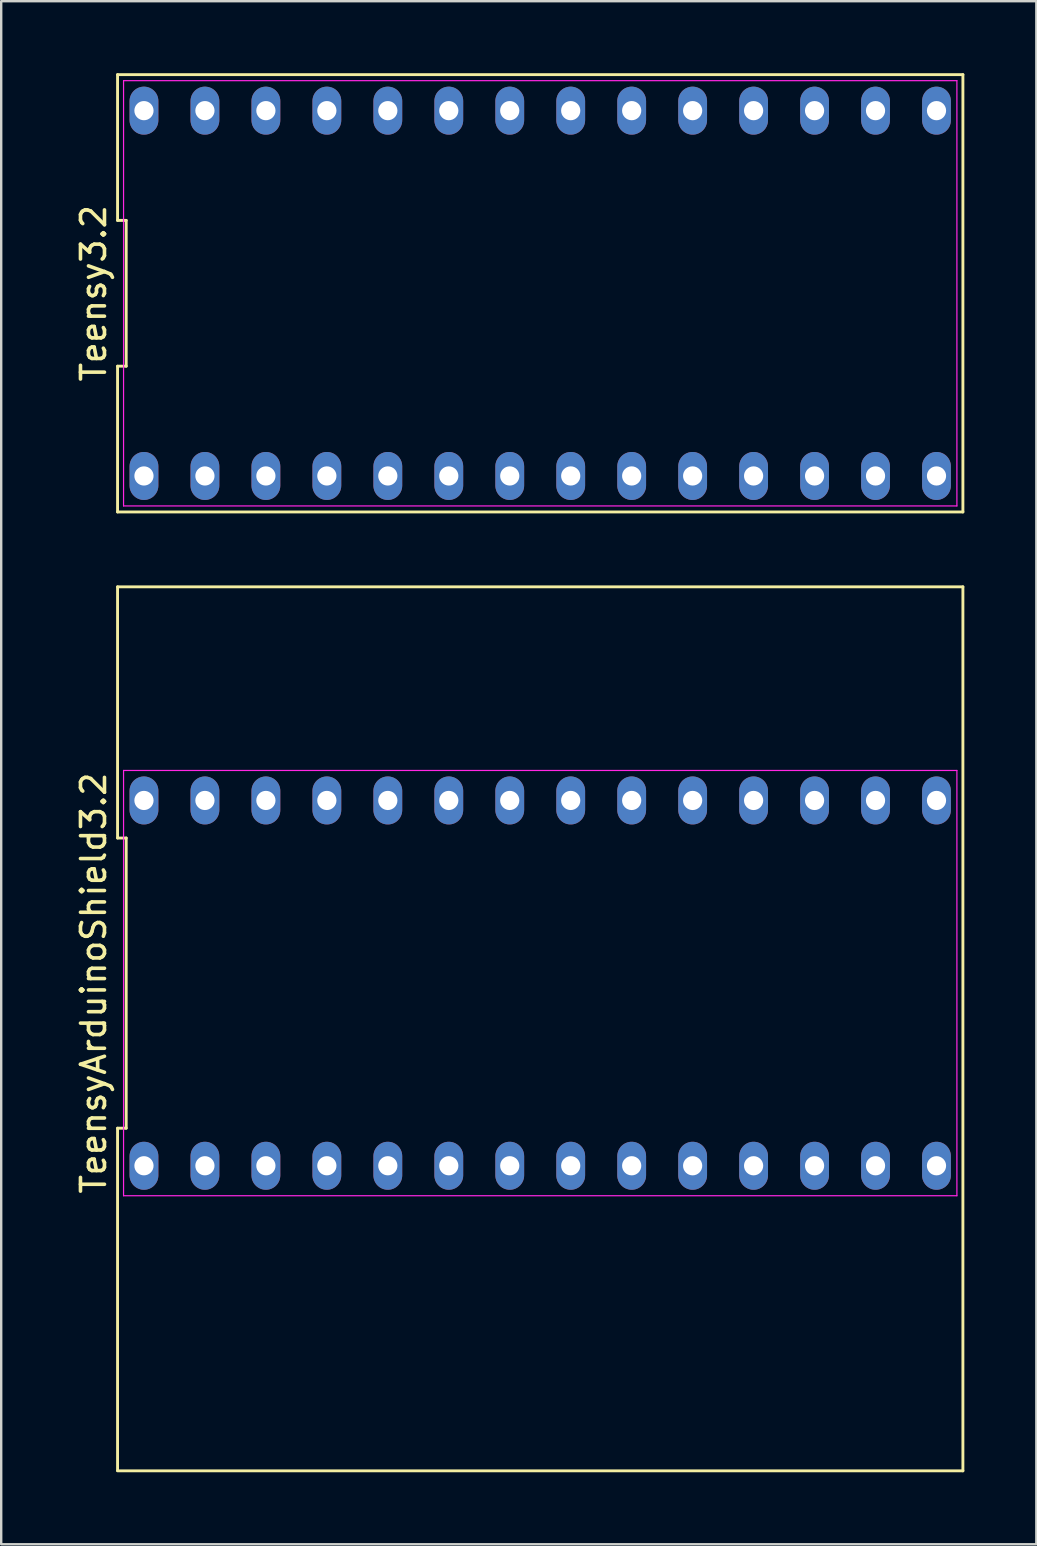
<source format=kicad_pcb>
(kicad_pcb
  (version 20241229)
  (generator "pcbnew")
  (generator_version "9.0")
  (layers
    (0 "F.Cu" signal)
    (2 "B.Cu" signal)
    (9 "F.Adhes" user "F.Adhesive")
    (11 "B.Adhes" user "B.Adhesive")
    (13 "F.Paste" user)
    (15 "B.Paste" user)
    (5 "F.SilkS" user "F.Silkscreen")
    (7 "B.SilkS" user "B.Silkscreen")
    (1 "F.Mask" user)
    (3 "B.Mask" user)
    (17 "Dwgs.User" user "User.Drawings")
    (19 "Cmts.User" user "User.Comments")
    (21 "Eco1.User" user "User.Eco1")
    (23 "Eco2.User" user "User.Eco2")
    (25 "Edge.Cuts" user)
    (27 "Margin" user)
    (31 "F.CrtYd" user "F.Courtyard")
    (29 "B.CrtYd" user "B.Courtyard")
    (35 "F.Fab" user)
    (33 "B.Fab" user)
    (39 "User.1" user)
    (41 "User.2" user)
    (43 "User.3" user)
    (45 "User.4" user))
  (footprint "TeensyArduinoShield3.2"
    (layer "F.Cu")
    (at 19.458 37.91)
    (property "Reference" "TeensyArduinoShield3.2" (at -18.61 0 90) (layer "F.SilkS") (effects (font (size 1 1) (thickness 0.15))))
    (attr through_hole)
    (fp_line (start -17.61 -16.51) (end -17.61 -6.045) (stroke (width 0.12) (type solid)) (layer "F.SilkS"))
    (fp_line (start -17.61 -6.045) (end -17.25 -6.045) (stroke (width 0.12) (type solid)) (layer "F.SilkS"))
    (fp_line (start -17.61 6.045) (end -17.61 20.31) (stroke (width 0.12) (type solid)) (layer "F.SilkS"))
    (fp_line (start -17.61 20.32) (end 17.61 20.32) (stroke (width 0.12) (type solid)) (layer "F.SilkS"))
    (fp_line (start -17.25 -6.045) (end -17.25 6.045) (stroke (width 0.12) (type solid)) (layer "F.SilkS"))
    (fp_line (start -17.25 6.045) (end -17.61 6.045) (stroke (width 0.12) (type solid)) (layer "F.SilkS"))
    (fp_line (start 17.61 -16.51) (end -17.61 -16.51) (stroke (width 0.12) (type solid)) (layer "F.SilkS"))
    (fp_line (start 17.61 20.32) (end 17.61 -16.51) (stroke (width 0.12) (type solid)) (layer "F.SilkS"))
    (fp_line (start -17.36 -8.86) (end 17.36 -8.86) (stroke (width 0.05) (type solid)) (layer "F.CrtYd"))
    (fp_line (start -17.36 8.86) (end -17.36 -8.86) (stroke (width 0.05) (type solid)) (layer "F.CrtYd"))
    (fp_line (start 17.36 -8.86) (end 17.36 8.86) (stroke (width 0.05) (type solid)) (layer "F.CrtYd"))
    (fp_line (start 17.36 8.86) (end -17.36 8.86) (stroke (width 0.05) (type solid)) (layer "F.CrtYd"))
    (pad "1" thru_hole oval (at -16.51 7.61) (size 1.2 2) (drill 0.8) (layers "*.Cu" "*.Mask"))
    (pad "2" thru_hole oval (at -13.97 7.61) (size 1.2 2) (drill 0.8) (layers "*.Cu" "*.Mask"))
    (pad "3" thru_hole oval (at -11.43 7.61) (size 1.2 2) (drill 0.8) (layers "*.Cu" "*.Mask"))
    (pad "4" thru_hole oval (at -8.89 7.61) (size 1.2 2) (drill 0.8) (layers "*.Cu" "*.Mask"))
    (pad "5" thru_hole oval (at -6.35 7.61) (size 1.2 2) (drill 0.8) (layers "*.Cu" "*.Mask"))
    (pad "6" thru_hole oval (at -3.81 7.61) (size 1.2 2) (drill 0.8) (layers "*.Cu" "*.Mask"))
    (pad "7" thru_hole oval (at -1.27 7.61) (size 1.2 2) (drill 0.8) (layers "*.Cu" "*.Mask"))
    (pad "8" thru_hole oval (at 1.27 7.61) (size 1.2 2) (drill 0.8) (layers "*.Cu" "*.Mask"))
    (pad "9" thru_hole oval (at 3.81 7.61) (size 1.2 2) (drill 0.8) (layers "*.Cu" "*.Mask"))
    (pad "10" thru_hole oval (at 6.35 7.61) (size 1.2 2) (drill 0.8) (layers "*.Cu" "*.Mask"))
    (pad "11" thru_hole oval (at 8.89 7.61) (size 1.2 2) (drill 0.8) (layers "*.Cu" "*.Mask"))
    (pad "12" thru_hole oval (at 11.43 7.61) (size 1.2 2) (drill 0.8) (layers "*.Cu" "*.Mask"))
    (pad "13" thru_hole oval (at 13.97 7.61) (size 1.2 2) (drill 0.8) (layers "*.Cu" "*.Mask"))
    (pad "14" thru_hole oval (at 16.51 7.61) (size 1.2 2) (drill 0.8) (layers "*.Cu" "*.Mask"))
    (pad "15" thru_hole oval (at 16.51 -7.61) (size 1.2 2) (drill 0.8) (layers "*.Cu" "*.Mask"))
    (pad "16" thru_hole oval (at 13.97 -7.61) (size 1.2 2) (drill 0.8) (layers "*.Cu" "*.Mask"))
    (pad "17" thru_hole oval (at 11.43 -7.61) (size 1.2 2) (drill 0.8) (layers "*.Cu" "*.Mask"))
    (pad "18" thru_hole oval (at 8.89 -7.61) (size 1.2 2) (drill 0.8) (layers "*.Cu" "*.Mask"))
    (pad "19" thru_hole oval (at 6.35 -7.61) (size 1.2 2) (drill 0.8) (layers "*.Cu" "*.Mask"))
    (pad "20" thru_hole oval (at 3.81 -7.61) (size 1.2 2) (drill 0.8) (layers "*.Cu" "*.Mask"))
    (pad "21" thru_hole oval (at 1.27 -7.61) (size 1.2 2) (drill 0.8) (layers "*.Cu" "*.Mask"))
    (pad "22" thru_hole oval (at -1.27 -7.61) (size 1.2 2) (drill 0.8) (layers "*.Cu" "*.Mask"))
    (pad "23" thru_hole oval (at -3.81 -7.61) (size 1.2 2) (drill 0.8) (layers "*.Cu" "*.Mask"))
    (pad "24" thru_hole oval (at -6.35 -7.61) (size 1.2 2) (drill 0.8) (layers "*.Cu" "*.Mask"))
    (pad "25" thru_hole oval (at -8.89 -7.61) (size 1.2 2) (drill 0.8) (layers "*.Cu" "*.Mask"))
    (pad "26" thru_hole oval (at -11.43 -7.61) (size 1.2 2) (drill 0.8) (layers "*.Cu" "*.Mask"))
    (pad "27" thru_hole oval (at -13.97 -7.61) (size 1.2 2) (drill 0.8) (layers "*.Cu" "*.Mask"))
    (pad "28" thru_hole oval (at -16.51 -7.61) (size 1.2 2) (drill 0.8) (layers "*.Cu" "*.Mask")))
  (footprint "Teensy3.2"
    (layer "F.Cu")
    (at 19.458 9.17)
    (property "Reference" "Teensy3.2" (at -18.61 0 90) (layer "F.SilkS") (effects (font (size 1 1) (thickness 0.15))))
    (attr through_hole)
    (fp_line (start -17.61 -9.11) (end -17.61 -3.037) (stroke (width 0.12) (type solid)) (layer "F.SilkS"))
    (fp_line (start -17.61 -3.037) (end -17.25 -3.037) (stroke (width 0.12) (type solid)) (layer "F.SilkS"))
    (fp_line (start -17.61 3.037) (end -17.61 9.11) (stroke (width 0.12) (type solid)) (layer "F.SilkS"))
    (fp_line (start -17.61 9.11) (end 17.61 9.11) (stroke (width 0.12) (type solid)) (layer "F.SilkS"))
    (fp_line (start -17.25 -3.037) (end -17.25 3.037) (stroke (width 0.12) (type solid)) (layer "F.SilkS"))
    (fp_line (start -17.25 3.037) (end -17.61 3.037) (stroke (width 0.12) (type solid)) (layer "F.SilkS"))
    (fp_line (start 17.61 -9.11) (end -17.61 -9.11) (stroke (width 0.12) (type solid)) (layer "F.SilkS"))
    (fp_line (start 17.61 9.11) (end 17.61 -9.11) (stroke (width 0.12) (type solid)) (layer "F.SilkS"))
    (fp_line (start -17.36 -8.86) (end 17.36 -8.86) (stroke (width 0.05) (type solid)) (layer "F.CrtYd"))
    (fp_line (start -17.36 8.86) (end -17.36 -8.86) (stroke (width 0.05) (type solid)) (layer "F.CrtYd"))
    (fp_line (start 17.36 -8.86) (end 17.36 8.86) (stroke (width 0.05) (type solid)) (layer "F.CrtYd"))
    (fp_line (start 17.36 8.86) (end -17.36 8.86) (stroke (width 0.05) (type solid)) (layer "F.CrtYd"))
    (pad "1" thru_hole oval (at -16.51 7.61) (size 1.2 2) (drill 0.8) (layers "*.Cu" "*.Mask"))
    (pad "2" thru_hole oval (at -13.97 7.61) (size 1.2 2) (drill 0.8) (layers "*.Cu" "*.Mask"))
    (pad "3" thru_hole oval (at -11.43 7.61) (size 1.2 2) (drill 0.8) (layers "*.Cu" "*.Mask"))
    (pad "4" thru_hole oval (at -8.89 7.61) (size 1.2 2) (drill 0.8) (layers "*.Cu" "*.Mask"))
    (pad "5" thru_hole oval (at -6.35 7.61) (size 1.2 2) (drill 0.8) (layers "*.Cu" "*.Mask"))
    (pad "6" thru_hole oval (at -3.81 7.61) (size 1.2 2) (drill 0.8) (layers "*.Cu" "*.Mask"))
    (pad "7" thru_hole oval (at -1.27 7.61) (size 1.2 2) (drill 0.8) (layers "*.Cu" "*.Mask"))
    (pad "8" thru_hole oval (at 1.27 7.61) (size 1.2 2) (drill 0.8) (layers "*.Cu" "*.Mask"))
    (pad "9" thru_hole oval (at 3.81 7.61) (size 1.2 2) (drill 0.8) (layers "*.Cu" "*.Mask"))
    (pad "10" thru_hole oval (at 6.35 7.61) (size 1.2 2) (drill 0.8) (layers "*.Cu" "*.Mask"))
    (pad "11" thru_hole oval (at 8.89 7.61) (size 1.2 2) (drill 0.8) (layers "*.Cu" "*.Mask"))
    (pad "12" thru_hole oval (at 11.43 7.61) (size 1.2 2) (drill 0.8) (layers "*.Cu" "*.Mask"))
    (pad "13" thru_hole oval (at 13.97 7.61) (size 1.2 2) (drill 0.8) (layers "*.Cu" "*.Mask"))
    (pad "14" thru_hole oval (at 16.51 7.61) (size 1.2 2) (drill 0.8) (layers "*.Cu" "*.Mask"))
    (pad "15" thru_hole oval (at 16.51 -7.61) (size 1.2 2) (drill 0.8) (layers "*.Cu" "*.Mask"))
    (pad "16" thru_hole oval (at 13.97 -7.61) (size 1.2 2) (drill 0.8) (layers "*.Cu" "*.Mask"))
    (pad "17" thru_hole oval (at 11.43 -7.61) (size 1.2 2) (drill 0.8) (layers "*.Cu" "*.Mask"))
    (pad "18" thru_hole oval (at 8.89 -7.61) (size 1.2 2) (drill 0.8) (layers "*.Cu" "*.Mask"))
    (pad "19" thru_hole oval (at 6.35 -7.61) (size 1.2 2) (drill 0.8) (layers "*.Cu" "*.Mask"))
    (pad "20" thru_hole oval (at 3.81 -7.61) (size 1.2 2) (drill 0.8) (layers "*.Cu" "*.Mask"))
    (pad "21" thru_hole oval (at 1.27 -7.61) (size 1.2 2) (drill 0.8) (layers "*.Cu" "*.Mask"))
    (pad "22" thru_hole oval (at -1.27 -7.61) (size 1.2 2) (drill 0.8) (layers "*.Cu" "*.Mask"))
    (pad "23" thru_hole oval (at -3.81 -7.61) (size 1.2 2) (drill 0.8) (layers "*.Cu" "*.Mask"))
    (pad "24" thru_hole oval (at -6.35 -7.61) (size 1.2 2) (drill 0.8) (layers "*.Cu" "*.Mask"))
    (pad "25" thru_hole oval (at -8.89 -7.61) (size 1.2 2) (drill 0.8) (layers "*.Cu" "*.Mask"))
    (pad "26" thru_hole oval (at -11.43 -7.61) (size 1.2 2) (drill 0.8) (layers "*.Cu" "*.Mask"))
    (pad "27" thru_hole oval (at -13.97 -7.61) (size 1.2 2) (drill 0.8) (layers "*.Cu" "*.Mask"))
    (pad "28" thru_hole oval (at -16.51 -7.61) (size 1.2 2) (drill 0.8) (layers "*.Cu" "*.Mask")))
  (gr_rect
    (start -3 -3)
    (end 40.128 61.29)
    (stroke (width 0.1) (type default))
    (fill no)
    (layer "Edge.Cuts")))
</source>
